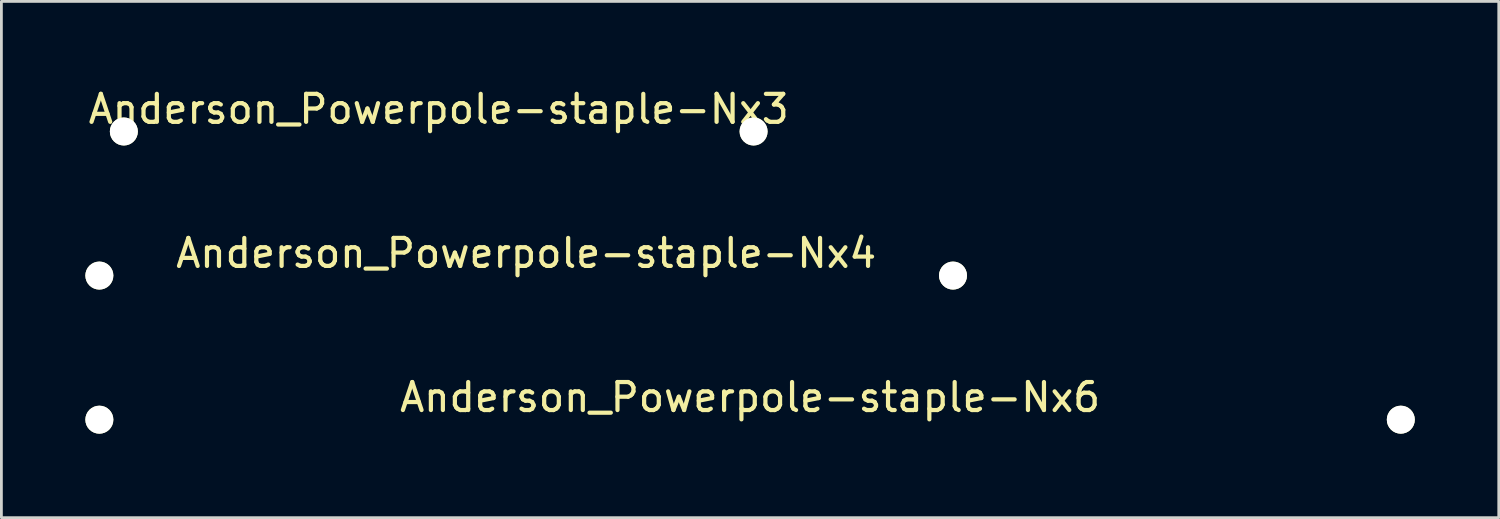
<source format=kicad_pcb>
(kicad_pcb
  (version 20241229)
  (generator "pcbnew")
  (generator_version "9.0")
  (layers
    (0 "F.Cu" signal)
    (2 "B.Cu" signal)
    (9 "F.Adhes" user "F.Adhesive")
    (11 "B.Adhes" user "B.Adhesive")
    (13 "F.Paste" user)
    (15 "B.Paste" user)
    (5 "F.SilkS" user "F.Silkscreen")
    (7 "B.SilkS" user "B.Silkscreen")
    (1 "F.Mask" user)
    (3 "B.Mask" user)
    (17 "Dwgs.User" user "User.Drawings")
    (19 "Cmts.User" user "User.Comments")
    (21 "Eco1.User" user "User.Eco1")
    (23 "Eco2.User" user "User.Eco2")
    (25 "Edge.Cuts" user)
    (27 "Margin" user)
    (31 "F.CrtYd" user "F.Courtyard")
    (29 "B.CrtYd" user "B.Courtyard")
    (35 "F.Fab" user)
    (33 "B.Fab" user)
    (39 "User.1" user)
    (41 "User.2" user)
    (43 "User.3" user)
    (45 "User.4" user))
  (footprint "Anderson_Powerpole-staple-Nx4"
    (layer "F.Cu")
    (at 15.75 6.796)
    (property "Reference" "Anderson_Powerpole-staple-Nx4" (at 0 -0.8 0) (layer "F.SilkS") (effects (font (size 1 1) (thickness 0.15))))
    (attr through_hole)
    (pad "" np_thru_hole circle (at -15.25 0) (size 1 1) (drill 1) (layers "*.Cu" "*.Mask" "F.SilkS"))
    (pad "" np_thru_hole circle (at 15.25 0) (size 1 1) (drill 1) (layers "*.Cu" "*.Mask" "F.SilkS")))
  (footprint "Anderson_Powerpole-staple-Nx3"
    (layer "F.Cu")
    (at 12.625 1.648)
    (property "Reference" "Anderson_Powerpole-staple-Nx3" (at 0 -0.8 0) (layer "F.SilkS") (effects (font (size 1 1) (thickness 0.15))))
    (attr through_hole)
    (pad "" np_thru_hole circle (at -11.25 0) (size 1 1) (drill 1) (layers "*.Cu" "*.Mask" "F.SilkS"))
    (pad "" np_thru_hole circle (at 11.25 0) (size 1 1) (drill 1) (layers "*.Cu" "*.Mask" "F.SilkS")))
  (footprint "Anderson_Powerpole-staple-Nx6"
    (layer "F.Cu")
    (at 23.75 11.945)
    (property "Reference" "Anderson_Powerpole-staple-Nx6" (at 0 -0.8 0) (layer "F.SilkS") (effects (font (size 1 1) (thickness 0.15))))
    (attr through_hole)
    (pad "" np_thru_hole circle (at -23.25 0) (size 1 1) (drill 1) (layers "*.Cu" "*.Mask" "F.SilkS"))
    (pad "" np_thru_hole circle (at 23.25 0) (size 1 1) (drill 1) (layers "*.Cu" "*.Mask" "F.SilkS")))
  (gr_rect
    (start -3 -3)
    (end 50.5 15.445)
    (stroke (width 0.1) (type default))
    (fill no)
    (layer "Edge.Cuts")))
</source>
